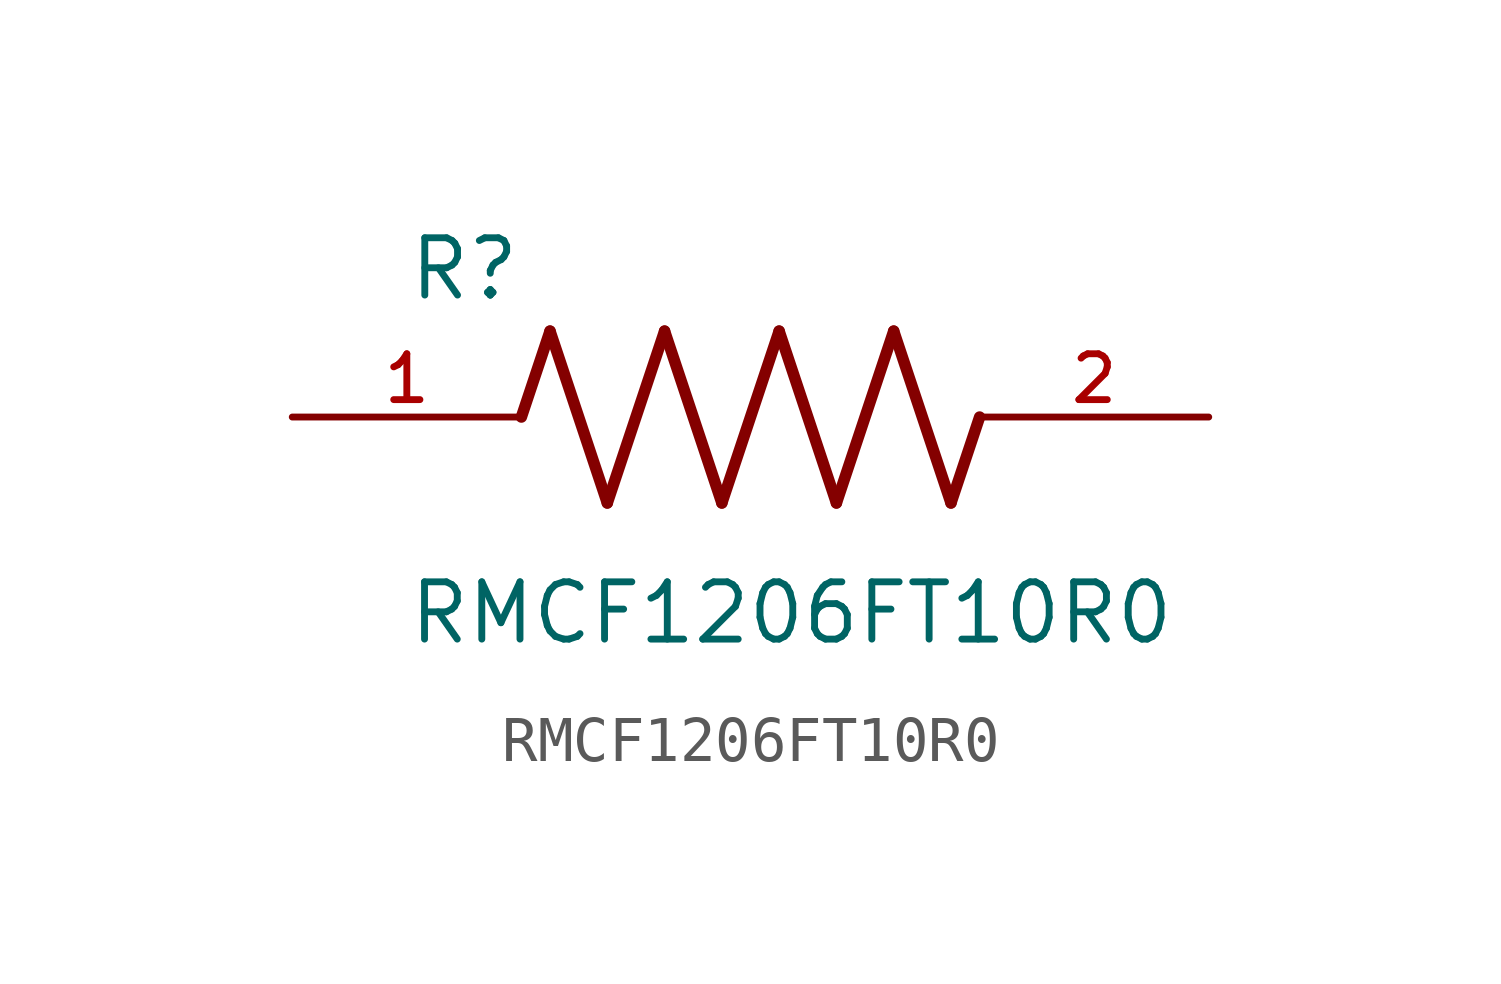
<source format=kicad_sym>
(kicad_symbol_lib
  (version 20211014)
  (generator kicad_symbol_editor)
  (symbol "RMCF1206FT10R0"
    (pin_names
      (offset 1.016))
    (property "Reference" "R"
      (at -7.624 2.541 0)
      (effects (font (size 1.27 1.27)) (justify bottom left)))
    (property "Value" "RMCF1206FT10R0"
      (at -7.63 -5.087 0)
      (effects (font (size 1.27 1.27)) (justify bottom left)))
    (symbol "RMCF1206FT10R0_0_0"
      (polyline (pts (xy -5.08 0.0) (xy -4.445 1.905)) (stroke (width 0.254)))
      (polyline (pts (xy -4.445 1.905) (xy -3.175 -1.905)) (stroke (width 0.254)))
      (polyline (pts (xy -3.175 -1.905) (xy -1.905 1.905)) (stroke (width 0.254)))
      (polyline (pts (xy -1.905 1.905) (xy -0.635 -1.905)) (stroke (width 0.254)))
      (polyline (pts (xy -0.635 -1.905) (xy 0.635 1.905)) (stroke (width 0.254)))
      (polyline (pts (xy 0.635 1.905) (xy 1.905 -1.905)) (stroke (width 0.254)))
      (polyline (pts (xy 1.905 -1.905) (xy 3.175 1.905)) (stroke (width 0.254)))
      (polyline (pts (xy 3.175 1.905) (xy 4.445 -1.905)) (stroke (width 0.254)))
      (polyline (pts (xy 4.445 -1.905) (xy 5.08 0.0)) (stroke (width 0.254)))
      (pin passive line (at -10.16 0.0 0) (length 5.08) (name "~" (effects (font (size 1.016 1.016)))) (number "1" (effects (font (size 1.016 1.016)))))
      (pin passive line (at 10.16 0.0 180.0) (length 5.08) (name "~" (effects (font (size 1.016 1.016)))) (number "2" (effects (font (size 1.016 1.016))))))))
</source>
